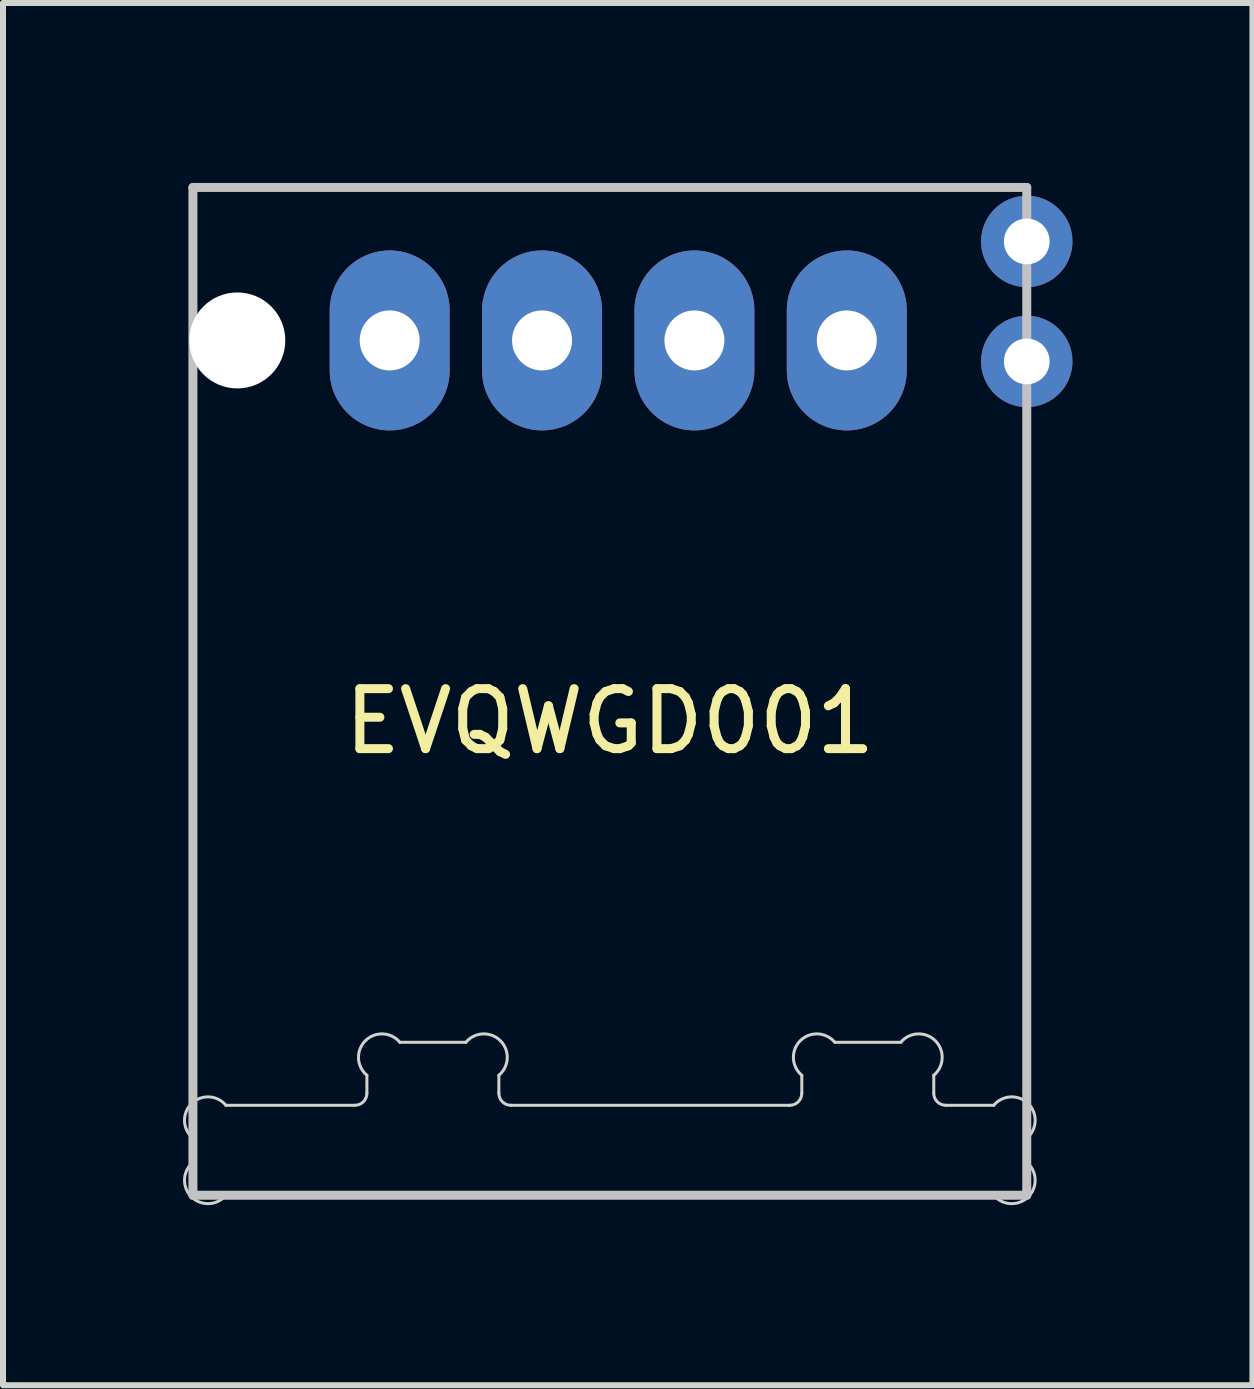
<source format=kicad_pcb>
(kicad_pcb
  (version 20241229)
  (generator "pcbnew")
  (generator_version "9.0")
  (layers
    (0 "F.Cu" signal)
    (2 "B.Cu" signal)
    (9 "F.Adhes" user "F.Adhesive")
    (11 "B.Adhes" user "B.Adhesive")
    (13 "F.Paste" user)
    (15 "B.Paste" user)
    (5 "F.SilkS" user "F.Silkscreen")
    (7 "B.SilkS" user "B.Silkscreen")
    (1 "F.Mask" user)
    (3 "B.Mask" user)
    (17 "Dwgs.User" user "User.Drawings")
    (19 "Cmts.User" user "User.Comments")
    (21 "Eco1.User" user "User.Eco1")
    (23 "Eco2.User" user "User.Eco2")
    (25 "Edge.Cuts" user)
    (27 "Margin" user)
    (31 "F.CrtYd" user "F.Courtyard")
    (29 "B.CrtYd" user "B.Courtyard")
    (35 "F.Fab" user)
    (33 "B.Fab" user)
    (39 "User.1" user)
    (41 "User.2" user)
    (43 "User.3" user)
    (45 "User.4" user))
  (footprint "EVQWGD001"
    (layer "F.Cu")
    (at 7.116 8.475)
    (property "Reference" "EVQWGD001" (at 0 0.5 0) (layer "F.SilkS") (effects (font (size 1 1) (thickness 0.15))))
    (attr through_hole)
    (fp_line (start -6.95 -8.4) (end -6.95 8.4) (stroke (width 0.15) (type solid)) (layer "Dwgs.User"))
    (fp_line (start -6.95 -8.4) (end 6.95 -8.4) (stroke (width 0.15) (type solid)) (layer "Dwgs.User"))
    (fp_line (start -6.95 8.4) (end 6.95 8.4) (stroke (width 0.15) (type solid)) (layer "Dwgs.User"))
    (fp_line (start 6.95 -8.4) (end 6.95 8.4) (stroke (width 0.15) (type solid)) (layer "Dwgs.User"))
    (fp_line (start -6.95 7.45) (end -6.95 7.85) (stroke (width 0.05) (type solid)) (layer "Edge.Cuts"))
    (fp_line (start -6.4 6.9) (end -4.25 6.9) (stroke (width 0.05) (type solid)) (layer "Edge.Cuts"))
    (fp_line (start -6.4 8.4) (end 6.4 8.4) (stroke (width 0.05) (type solid)) (layer "Edge.Cuts"))
    (fp_line (start -4.05 6.7) (end -4.05 6.4) (stroke (width 0.05) (type solid)) (layer "Edge.Cuts"))
    (fp_line (start -2.4 5.85) (end -3.5 5.85) (stroke (width 0.05) (type solid)) (layer "Edge.Cuts"))
    (fp_line (start -1.85 6.7) (end -1.85 6.4) (stroke (width 0.05) (type solid)) (layer "Edge.Cuts"))
    (fp_line (start -1.65 6.9) (end 3 6.9) (stroke (width 0.05) (type solid)) (layer "Edge.Cuts"))
    (fp_line (start 3.2 6.7) (end 3.2 6.4) (stroke (width 0.05) (type solid)) (layer "Edge.Cuts"))
    (fp_line (start 4.85 5.85) (end 3.75 5.85) (stroke (width 0.05) (type solid)) (layer "Edge.Cuts"))
    (fp_line (start 5.4 6.7) (end 5.4 6.4) (stroke (width 0.05) (type solid)) (layer "Edge.Cuts"))
    (fp_line (start 5.6 6.9) (end 6.4 6.9) (stroke (width 0.05) (type solid)) (layer "Edge.Cuts"))
    (fp_line (start 6.95 7.45) (end 6.95 7.85) (stroke (width 0.05) (type solid)) (layer "Edge.Cuts"))
    (fp_arc (start -6.94997 7.450024) (mid -6.976147 6.87388) (end -6.4 6.900001) (stroke (width 0.05) (type solid)) (layer "Edge.Cuts"))
    (fp_arc (start -6.4 8.4) (mid -6.976134 8.426134) (end -6.95 7.85) (stroke (width 0.05) (type solid)) (layer "Edge.Cuts"))
    (fp_arc (start -4.05 6.4) (mid -4.076134 5.823866) (end -3.5 5.85) (stroke (width 0.05) (type solid)) (layer "Edge.Cuts"))
    (fp_arc (start -4.05 6.7) (mid -4.108579 6.841421) (end -4.25 6.9) (stroke (width 0.05) (type solid)) (layer "Edge.Cuts"))
    (fp_arc (start -2.4 5.85) (mid -1.823866 5.823866) (end -1.85 6.4) (stroke (width 0.05) (type solid)) (layer "Edge.Cuts"))
    (fp_arc (start -1.65 6.9) (mid -1.791421 6.841421) (end -1.85 6.7) (stroke (width 0.05) (type solid)) (layer "Edge.Cuts"))
    (fp_arc (start 3.2 6.4) (mid 3.173866 5.823866) (end 3.75 5.85) (stroke (width 0.05) (type solid)) (layer "Edge.Cuts"))
    (fp_arc (start 3.2 6.7) (mid 3.141421 6.841421) (end 3 6.9) (stroke (width 0.05) (type solid)) (layer "Edge.Cuts"))
    (fp_arc (start 4.85 5.85) (mid 5.426134 5.823866) (end 5.4 6.4) (stroke (width 0.05) (type solid)) (layer "Edge.Cuts"))
    (fp_arc (start 5.6 6.9) (mid 5.458579 6.841421) (end 5.4 6.7) (stroke (width 0.05) (type solid)) (layer "Edge.Cuts"))
    (fp_arc (start 6.4 6.9) (mid 6.976134 6.873866) (end 6.95 7.45) (stroke (width 0.05) (type solid)) (layer "Edge.Cuts"))
    (fp_arc (start 6.95 7.85) (mid 6.976134 8.426134) (end 6.4 8.4) (stroke (width 0.05) (type solid)) (layer "Edge.Cuts"))
    (pad "" np_thru_hole circle (at -6.21 -5.85) (size 1.6 1.6) (drill 1.6) (layers "*.Cu"))
    (pad "A" thru_hole oval (at 3.95 -5.85) (size 2 3) (drill 1) (layers "*.Cu" "B.Mask"))
    (pad "B" thru_hole oval (at 1.41 -5.85) (size 2 3) (drill 1) (layers "*.Cu" "B.Mask"))
    (pad "C" thru_hole oval (at -1.13 -5.85) (size 2 3) (drill 1) (layers "*.Cu" "B.Mask"))
    (pad "NC" thru_hole oval (at -3.67 -5.85) (size 2 3) (drill 1) (layers "*.Cu" "B.Mask"))
    (pad "S1" thru_hole circle (at 6.95 -7.5) (size 1.524 1.524) (drill 0.762) (layers "*.Cu" "B.Mask"))
    (pad "S2" thru_hole oval (at 6.95 -5.5) (size 1.524 1.524) (drill 0.762) (layers "*.Cu" "B.Mask")))
  (gr_rect
    (start -3 -3)
    (end 17.828 20.041)
    (stroke (width 0.1) (type default))
    (fill no)
    (layer "Edge.Cuts")))
</source>
